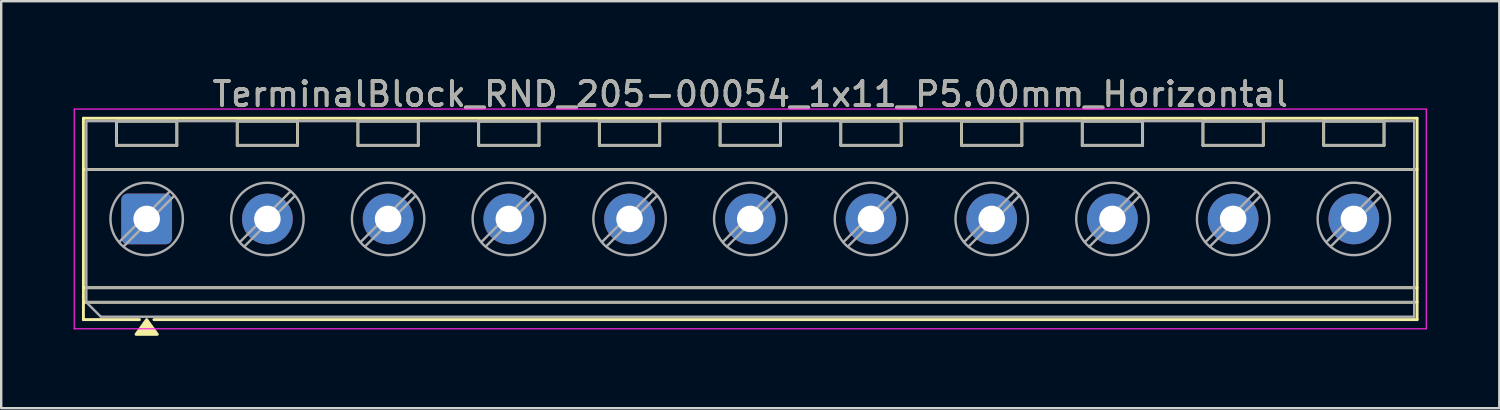
<source format=kicad_pcb>
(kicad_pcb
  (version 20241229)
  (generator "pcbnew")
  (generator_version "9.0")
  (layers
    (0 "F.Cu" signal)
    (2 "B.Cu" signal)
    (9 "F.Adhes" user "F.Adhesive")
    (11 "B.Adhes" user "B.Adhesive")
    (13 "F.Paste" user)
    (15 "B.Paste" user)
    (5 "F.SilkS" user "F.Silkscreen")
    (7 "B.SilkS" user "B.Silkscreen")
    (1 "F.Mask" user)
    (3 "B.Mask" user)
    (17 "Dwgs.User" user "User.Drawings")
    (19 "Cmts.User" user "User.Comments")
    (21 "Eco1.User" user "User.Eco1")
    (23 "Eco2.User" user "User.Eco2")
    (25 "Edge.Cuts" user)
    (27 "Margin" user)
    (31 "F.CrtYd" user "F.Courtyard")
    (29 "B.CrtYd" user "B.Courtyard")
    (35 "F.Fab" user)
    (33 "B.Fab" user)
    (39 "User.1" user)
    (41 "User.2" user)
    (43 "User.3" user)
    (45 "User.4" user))
  (footprint "TerminalBlock_RND_205-00054_1x11_P5.00mm_Horizontal"
    (layer "F.Cu")
    (at 3.025 6.018)
    (property "Reference" "TerminalBlock_RND_205-00054_1x11_P5.00mm_Horizontal" (at 25 -5.17 0) (layer "F.SilkS") (effects (font (size 1 1) (thickness 0.15))))
    (attr through_hole)
    (fp_line (start -2.62 -4.17) (end 52.62 -4.17) (stroke (width 0.12) (type solid)) (layer "F.SilkS"))
    (fp_line (start -2.62 -2.05) (end 52.62 -2.05) (stroke (width 0.12) (type solid)) (layer "F.SilkS"))
    (fp_line (start -2.62 2.85) (end 52.62 2.85) (stroke (width 0.12) (type solid)) (layer "F.SilkS"))
    (fp_line (start -2.62 3.45) (end 52.62 3.45) (stroke (width 0.12) (type solid)) (layer "F.SilkS"))
    (fp_line (start -2.62 4.17) (end -2.62 -4.17) (stroke (width 0.12) (type solid)) (layer "F.SilkS"))
    (fp_line (start -1.25 -4.05) (end 1.25 -4.05) (stroke (width 0.12) (type solid)) (layer "F.SilkS"))
    (fp_line (start -1.25 -3.05) (end -1.25 -4.05) (stroke (width 0.12) (type solid)) (layer "F.SilkS"))
    (fp_line (start -0.3 4.17) (end -2.62 4.17) (stroke (width 0.12) (type solid)) (layer "F.SilkS"))
    (fp_line (start 1.25 -4.05) (end 1.25 -3.05) (stroke (width 0.12) (type solid)) (layer "F.SilkS"))
    (fp_line (start 1.25 -3.05) (end -1.25 -3.05) (stroke (width 0.12) (type solid)) (layer "F.SilkS"))
    (fp_line (start 3.75 -4.05) (end 6.25 -4.05) (stroke (width 0.12) (type solid)) (layer "F.SilkS"))
    (fp_line (start 3.75 -3.05) (end 3.75 -4.05) (stroke (width 0.12) (type solid)) (layer "F.SilkS"))
    (fp_line (start 6.25 -4.05) (end 6.25 -3.05) (stroke (width 0.12) (type solid)) (layer "F.SilkS"))
    (fp_line (start 6.25 -3.05) (end 3.75 -3.05) (stroke (width 0.12) (type solid)) (layer "F.SilkS"))
    (fp_line (start 8.75 -4.05) (end 11.25 -4.05) (stroke (width 0.12) (type solid)) (layer "F.SilkS"))
    (fp_line (start 8.75 -3.05) (end 8.75 -4.05) (stroke (width 0.12) (type solid)) (layer "F.SilkS"))
    (fp_line (start 11.25 -4.05) (end 11.25 -3.05) (stroke (width 0.12) (type solid)) (layer "F.SilkS"))
    (fp_line (start 11.25 -3.05) (end 8.75 -3.05) (stroke (width 0.12) (type solid)) (layer "F.SilkS"))
    (fp_line (start 13.75 -4.05) (end 16.25 -4.05) (stroke (width 0.12) (type solid)) (layer "F.SilkS"))
    (fp_line (start 13.75 -3.05) (end 13.75 -4.05) (stroke (width 0.12) (type solid)) (layer "F.SilkS"))
    (fp_line (start 16.25 -4.05) (end 16.25 -3.05) (stroke (width 0.12) (type solid)) (layer "F.SilkS"))
    (fp_line (start 16.25 -3.05) (end 13.75 -3.05) (stroke (width 0.12) (type solid)) (layer "F.SilkS"))
    (fp_line (start 18.75 -4.05) (end 21.25 -4.05) (stroke (width 0.12) (type solid)) (layer "F.SilkS"))
    (fp_line (start 18.75 -3.05) (end 18.75 -4.05) (stroke (width 0.12) (type solid)) (layer "F.SilkS"))
    (fp_line (start 21.25 -4.05) (end 21.25 -3.05) (stroke (width 0.12) (type solid)) (layer "F.SilkS"))
    (fp_line (start 21.25 -3.05) (end 18.75 -3.05) (stroke (width 0.12) (type solid)) (layer "F.SilkS"))
    (fp_line (start 23.75 -4.05) (end 26.25 -4.05) (stroke (width 0.12) (type solid)) (layer "F.SilkS"))
    (fp_line (start 23.75 -3.05) (end 23.75 -4.05) (stroke (width 0.12) (type solid)) (layer "F.SilkS"))
    (fp_line (start 26.25 -4.05) (end 26.25 -3.05) (stroke (width 0.12) (type solid)) (layer "F.SilkS"))
    (fp_line (start 26.25 -3.05) (end 23.75 -3.05) (stroke (width 0.12) (type solid)) (layer "F.SilkS"))
    (fp_line (start 28.75 -4.05) (end 31.25 -4.05) (stroke (width 0.12) (type solid)) (layer "F.SilkS"))
    (fp_line (start 28.75 -3.05) (end 28.75 -4.05) (stroke (width 0.12) (type solid)) (layer "F.SilkS"))
    (fp_line (start 31.25 -4.05) (end 31.25 -3.05) (stroke (width 0.12) (type solid)) (layer "F.SilkS"))
    (fp_line (start 31.25 -3.05) (end 28.75 -3.05) (stroke (width 0.12) (type solid)) (layer "F.SilkS"))
    (fp_line (start 33.75 -4.05) (end 36.25 -4.05) (stroke (width 0.12) (type solid)) (layer "F.SilkS"))
    (fp_line (start 33.75 -3.05) (end 33.75 -4.05) (stroke (width 0.12) (type solid)) (layer "F.SilkS"))
    (fp_line (start 36.25 -4.05) (end 36.25 -3.05) (stroke (width 0.12) (type solid)) (layer "F.SilkS"))
    (fp_line (start 36.25 -3.05) (end 33.75 -3.05) (stroke (width 0.12) (type solid)) (layer "F.SilkS"))
    (fp_line (start 38.75 -4.05) (end 41.25 -4.05) (stroke (width 0.12) (type solid)) (layer "F.SilkS"))
    (fp_line (start 38.75 -3.05) (end 38.75 -4.05) (stroke (width 0.12) (type solid)) (layer "F.SilkS"))
    (fp_line (start 41.25 -4.05) (end 41.25 -3.05) (stroke (width 0.12) (type solid)) (layer "F.SilkS"))
    (fp_line (start 41.25 -3.05) (end 38.75 -3.05) (stroke (width 0.12) (type solid)) (layer "F.SilkS"))
    (fp_line (start 43.75 -4.05) (end 46.25 -4.05) (stroke (width 0.12) (type solid)) (layer "F.SilkS"))
    (fp_line (start 43.75 -3.05) (end 43.75 -4.05) (stroke (width 0.12) (type solid)) (layer "F.SilkS"))
    (fp_line (start 46.25 -4.05) (end 46.25 -3.05) (stroke (width 0.12) (type solid)) (layer "F.SilkS"))
    (fp_line (start 46.25 -3.05) (end 43.75 -3.05) (stroke (width 0.12) (type solid)) (layer "F.SilkS"))
    (fp_line (start 48.75 -4.05) (end 51.25 -4.05) (stroke (width 0.12) (type solid)) (layer "F.SilkS"))
    (fp_line (start 48.75 -3.05) (end 48.75 -4.05) (stroke (width 0.12) (type solid)) (layer "F.SilkS"))
    (fp_line (start 51.25 -4.05) (end 51.25 -3.05) (stroke (width 0.12) (type solid)) (layer "F.SilkS"))
    (fp_line (start 51.25 -3.05) (end 48.75 -3.05) (stroke (width 0.12) (type solid)) (layer "F.SilkS"))
    (fp_line (start 52.62 -4.17) (end 52.62 4.17) (stroke (width 0.12) (type solid)) (layer "F.SilkS"))
    (fp_line (start 52.62 4.17) (end 0.3 4.17) (stroke (width 0.12) (type solid)) (layer "F.SilkS"))
    (fp_poly (pts (xy 0 4.17) (xy 0.44 4.78) (xy -0.44 4.78)) (stroke (width 0.12) (type solid)) (fill yes) (layer "F.SilkS"))
    (fp_line (start -3 -4.55) (end -3 4.55) (stroke (width 0.05) (type solid)) (layer "F.CrtYd"))
    (fp_line (start -3 4.55) (end 53 4.55) (stroke (width 0.05) (type solid)) (layer "F.CrtYd"))
    (fp_line (start 53 -4.55) (end -3 -4.55) (stroke (width 0.05) (type solid)) (layer "F.CrtYd"))
    (fp_line (start 53 4.55) (end 53 -4.55) (stroke (width 0.05) (type solid)) (layer "F.CrtYd"))
    (fp_line (start -2.5 -4.05) (end 52.5 -4.05) (stroke (width 0.1) (type solid)) (layer "F.Fab"))
    (fp_line (start -2.5 -2.05) (end 52.5 -2.05) (stroke (width 0.1) (type solid)) (layer "F.Fab"))
    (fp_line (start -2.5 2.85) (end 52.5 2.85) (stroke (width 0.1) (type solid)) (layer "F.Fab"))
    (fp_line (start -2.5 3.45) (end -2.5 -4.05) (stroke (width 0.1) (type solid)) (layer "F.Fab"))
    (fp_line (start -2.5 3.45) (end 52.5 3.45) (stroke (width 0.1) (type solid)) (layer "F.Fab"))
    (fp_line (start -1.9 4.05) (end -2.5 3.45) (stroke (width 0.1) (type solid)) (layer "F.Fab"))
    (fp_line (start -1.25 -4.05) (end -1.25 -3.05) (stroke (width 0.1) (type solid)) (layer "F.Fab"))
    (fp_line (start -1.25 -3.05) (end 1.25 -3.05) (stroke (width 0.1) (type solid)) (layer "F.Fab"))
    (fp_line (start 0.955 -1.138) (end -1.138 0.955) (stroke (width 0.1) (type solid)) (layer "F.Fab"))
    (fp_line (start 1.138 -0.955) (end -0.955 1.138) (stroke (width 0.1) (type solid)) (layer "F.Fab"))
    (fp_line (start 1.25 -4.05) (end -1.25 -4.05) (stroke (width 0.1) (type solid)) (layer "F.Fab"))
    (fp_line (start 1.25 -3.05) (end 1.25 -4.05) (stroke (width 0.1) (type solid)) (layer "F.Fab"))
    (fp_line (start 3.75 -4.05) (end 3.75 -3.05) (stroke (width 0.1) (type solid)) (layer "F.Fab"))
    (fp_line (start 3.75 -3.05) (end 6.25 -3.05) (stroke (width 0.1) (type solid)) (layer "F.Fab"))
    (fp_line (start 5.955 -1.138) (end 3.862 0.955) (stroke (width 0.1) (type solid)) (layer "F.Fab"))
    (fp_line (start 6.138 -0.955) (end 4.045 1.138) (stroke (width 0.1) (type solid)) (layer "F.Fab"))
    (fp_line (start 6.25 -4.05) (end 3.75 -4.05) (stroke (width 0.1) (type solid)) (layer "F.Fab"))
    (fp_line (start 6.25 -3.05) (end 6.25 -4.05) (stroke (width 0.1) (type solid)) (layer "F.Fab"))
    (fp_line (start 8.75 -4.05) (end 8.75 -3.05) (stroke (width 0.1) (type solid)) (layer "F.Fab"))
    (fp_line (start 8.75 -3.05) (end 11.25 -3.05) (stroke (width 0.1) (type solid)) (layer "F.Fab"))
    (fp_line (start 10.955 -1.138) (end 8.862 0.955) (stroke (width 0.1) (type solid)) (layer "F.Fab"))
    (fp_line (start 11.138 -0.955) (end 9.045 1.138) (stroke (width 0.1) (type solid)) (layer "F.Fab"))
    (fp_line (start 11.25 -4.05) (end 8.75 -4.05) (stroke (width 0.1) (type solid)) (layer "F.Fab"))
    (fp_line (start 11.25 -3.05) (end 11.25 -4.05) (stroke (width 0.1) (type solid)) (layer "F.Fab"))
    (fp_line (start 13.75 -4.05) (end 13.75 -3.05) (stroke (width 0.1) (type solid)) (layer "F.Fab"))
    (fp_line (start 13.75 -3.05) (end 16.25 -3.05) (stroke (width 0.1) (type solid)) (layer "F.Fab"))
    (fp_line (start 15.955 -1.138) (end 13.862 0.955) (stroke (width 0.1) (type solid)) (layer "F.Fab"))
    (fp_line (start 16.138 -0.955) (end 14.045 1.138) (stroke (width 0.1) (type solid)) (layer "F.Fab"))
    (fp_line (start 16.25 -4.05) (end 13.75 -4.05) (stroke (width 0.1) (type solid)) (layer "F.Fab"))
    (fp_line (start 16.25 -3.05) (end 16.25 -4.05) (stroke (width 0.1) (type solid)) (layer "F.Fab"))
    (fp_line (start 18.75 -4.05) (end 18.75 -3.05) (stroke (width 0.1) (type solid)) (layer "F.Fab"))
    (fp_line (start 18.75 -3.05) (end 21.25 -3.05) (stroke (width 0.1) (type solid)) (layer "F.Fab"))
    (fp_line (start 20.955 -1.138) (end 18.862 0.955) (stroke (width 0.1) (type solid)) (layer "F.Fab"))
    (fp_line (start 21.138 -0.955) (end 19.045 1.138) (stroke (width 0.1) (type solid)) (layer "F.Fab"))
    (fp_line (start 21.25 -4.05) (end 18.75 -4.05) (stroke (width 0.1) (type solid)) (layer "F.Fab"))
    (fp_line (start 21.25 -3.05) (end 21.25 -4.05) (stroke (width 0.1) (type solid)) (layer "F.Fab"))
    (fp_line (start 23.75 -4.05) (end 23.75 -3.05) (stroke (width 0.1) (type solid)) (layer "F.Fab"))
    (fp_line (start 23.75 -3.05) (end 26.25 -3.05) (stroke (width 0.1) (type solid)) (layer "F.Fab"))
    (fp_line (start 25.955 -1.138) (end 23.862 0.955) (stroke (width 0.1) (type solid)) (layer "F.Fab"))
    (fp_line (start 26.138 -0.955) (end 24.045 1.138) (stroke (width 0.1) (type solid)) (layer "F.Fab"))
    (fp_line (start 26.25 -4.05) (end 23.75 -4.05) (stroke (width 0.1) (type solid)) (layer "F.Fab"))
    (fp_line (start 26.25 -3.05) (end 26.25 -4.05) (stroke (width 0.1) (type solid)) (layer "F.Fab"))
    (fp_line (start 28.75 -4.05) (end 28.75 -3.05) (stroke (width 0.1) (type solid)) (layer "F.Fab"))
    (fp_line (start 28.75 -3.05) (end 31.25 -3.05) (stroke (width 0.1) (type solid)) (layer "F.Fab"))
    (fp_line (start 30.955 -1.138) (end 28.862 0.955) (stroke (width 0.1) (type solid)) (layer "F.Fab"))
    (fp_line (start 31.138 -0.955) (end 29.045 1.138) (stroke (width 0.1) (type solid)) (layer "F.Fab"))
    (fp_line (start 31.25 -4.05) (end 28.75 -4.05) (stroke (width 0.1) (type solid)) (layer "F.Fab"))
    (fp_line (start 31.25 -3.05) (end 31.25 -4.05) (stroke (width 0.1) (type solid)) (layer "F.Fab"))
    (fp_line (start 33.75 -4.05) (end 33.75 -3.05) (stroke (width 0.1) (type solid)) (layer "F.Fab"))
    (fp_line (start 33.75 -3.05) (end 36.25 -3.05) (stroke (width 0.1) (type solid)) (layer "F.Fab"))
    (fp_line (start 35.955 -1.138) (end 33.862 0.955) (stroke (width 0.1) (type solid)) (layer "F.Fab"))
    (fp_line (start 36.138 -0.955) (end 34.045 1.138) (stroke (width 0.1) (type solid)) (layer "F.Fab"))
    (fp_line (start 36.25 -4.05) (end 33.75 -4.05) (stroke (width 0.1) (type solid)) (layer "F.Fab"))
    (fp_line (start 36.25 -3.05) (end 36.25 -4.05) (stroke (width 0.1) (type solid)) (layer "F.Fab"))
    (fp_line (start 38.75 -4.05) (end 38.75 -3.05) (stroke (width 0.1) (type solid)) (layer "F.Fab"))
    (fp_line (start 38.75 -3.05) (end 41.25 -3.05) (stroke (width 0.1) (type solid)) (layer "F.Fab"))
    (fp_line (start 40.955 -1.138) (end 38.862 0.955) (stroke (width 0.1) (type solid)) (layer "F.Fab"))
    (fp_line (start 41.138 -0.955) (end 39.045 1.138) (stroke (width 0.1) (type solid)) (layer "F.Fab"))
    (fp_line (start 41.25 -4.05) (end 38.75 -4.05) (stroke (width 0.1) (type solid)) (layer "F.Fab"))
    (fp_line (start 41.25 -3.05) (end 41.25 -4.05) (stroke (width 0.1) (type solid)) (layer "F.Fab"))
    (fp_line (start 43.75 -4.05) (end 43.75 -3.05) (stroke (width 0.1) (type solid)) (layer "F.Fab"))
    (fp_line (start 43.75 -3.05) (end 46.25 -3.05) (stroke (width 0.1) (type solid)) (layer "F.Fab"))
    (fp_line (start 45.955 -1.138) (end 43.862 0.955) (stroke (width 0.1) (type solid)) (layer "F.Fab"))
    (fp_line (start 46.138 -0.955) (end 44.045 1.138) (stroke (width 0.1) (type solid)) (layer "F.Fab"))
    (fp_line (start 46.25 -4.05) (end 43.75 -4.05) (stroke (width 0.1) (type solid)) (layer "F.Fab"))
    (fp_line (start 46.25 -3.05) (end 46.25 -4.05) (stroke (width 0.1) (type solid)) (layer "F.Fab"))
    (fp_line (start 48.75 -4.05) (end 48.75 -3.05) (stroke (width 0.1) (type solid)) (layer "F.Fab"))
    (fp_line (start 48.75 -3.05) (end 51.25 -3.05) (stroke (width 0.1) (type solid)) (layer "F.Fab"))
    (fp_line (start 50.955 -1.138) (end 48.862 0.955) (stroke (width 0.1) (type solid)) (layer "F.Fab"))
    (fp_line (start 51.138 -0.955) (end 49.045 1.138) (stroke (width 0.1) (type solid)) (layer "F.Fab"))
    (fp_line (start 51.25 -4.05) (end 48.75 -4.05) (stroke (width 0.1) (type solid)) (layer "F.Fab"))
    (fp_line (start 51.25 -3.05) (end 51.25 -4.05) (stroke (width 0.1) (type solid)) (layer "F.Fab"))
    (fp_line (start 52.5 -4.05) (end 52.5 4.05) (stroke (width 0.1) (type solid)) (layer "F.Fab"))
    (fp_line (start 52.5 4.05) (end -1.9 4.05) (stroke (width 0.1) (type solid)) (layer "F.Fab"))
    (fp_circle (center 0 0) (end 1.5 0) (stroke (width 0.1) (type solid)) (fill no) (layer "F.Fab"))
    (fp_circle (center 5 0) (end 6.5 0) (stroke (width 0.1) (type solid)) (fill no) (layer "F.Fab"))
    (fp_circle (center 10 0) (end 11.5 0) (stroke (width 0.1) (type solid)) (fill no) (layer "F.Fab"))
    (fp_circle (center 15 0) (end 16.5 0) (stroke (width 0.1) (type solid)) (fill no) (layer "F.Fab"))
    (fp_circle (center 20 0) (end 21.5 0) (stroke (width 0.1) (type solid)) (fill no) (layer "F.Fab"))
    (fp_circle (center 25 0) (end 26.5 0) (stroke (width 0.1) (type solid)) (fill no) (layer "F.Fab"))
    (fp_circle (center 30 0) (end 31.5 0) (stroke (width 0.1) (type solid)) (fill no) (layer "F.Fab"))
    (fp_circle (center 35 0) (end 36.5 0) (stroke (width 0.1) (type solid)) (fill no) (layer "F.Fab"))
    (fp_circle (center 40 0) (end 41.5 0) (stroke (width 0.1) (type solid)) (fill no) (layer "F.Fab"))
    (fp_circle (center 45 0) (end 46.5 0) (stroke (width 0.1) (type solid)) (fill no) (layer "F.Fab"))
    (fp_circle (center 50 0) (end 51.5 0) (stroke (width 0.1) (type solid)) (fill no) (layer "F.Fab"))
    (fp_text user "${REFERENCE}" (at 25 -5.17 0) (layer "F.Fab") (effects (font (size 1 1) (thickness 0.15))))
    (pad "1" thru_hole roundrect (at 0 0) (size 2.1 2.1) (drill 1.1) (layers "*.Cu" "*.Mask") (roundrect_rratio 0.119))
    (pad "2" thru_hole circle (at 5 0) (size 2.1 2.1) (drill 1.1) (layers "*.Cu" "*.Mask"))
    (pad "3" thru_hole circle (at 10 0) (size 2.1 2.1) (drill 1.1) (layers "*.Cu" "*.Mask"))
    (pad "4" thru_hole circle (at 15 0) (size 2.1 2.1) (drill 1.1) (layers "*.Cu" "*.Mask"))
    (pad "5" thru_hole circle (at 20 0) (size 2.1 2.1) (drill 1.1) (layers "*.Cu" "*.Mask"))
    (pad "6" thru_hole circle (at 25 0) (size 2.1 2.1) (drill 1.1) (layers "*.Cu" "*.Mask"))
    (pad "7" thru_hole circle (at 30 0) (size 2.1 2.1) (drill 1.1) (layers "*.Cu" "*.Mask"))
    (pad "8" thru_hole circle (at 35 0) (size 2.1 2.1) (drill 1.1) (layers "*.Cu" "*.Mask"))
    (pad "9" thru_hole circle (at 40 0) (size 2.1 2.1) (drill 1.1) (layers "*.Cu" "*.Mask"))
    (pad "10" thru_hole circle (at 45 0) (size 2.1 2.1) (drill 1.1) (layers "*.Cu" "*.Mask"))
    (pad "11" thru_hole circle (at 50 0) (size 2.1 2.1) (drill 1.1) (layers "*.Cu" "*.Mask")))
  (gr_rect
    (start -3 -3)
    (end 59.05 13.858)
    (stroke (width 0.1) (type default))
    (fill no)
    (layer "Edge.Cuts")))
</source>
